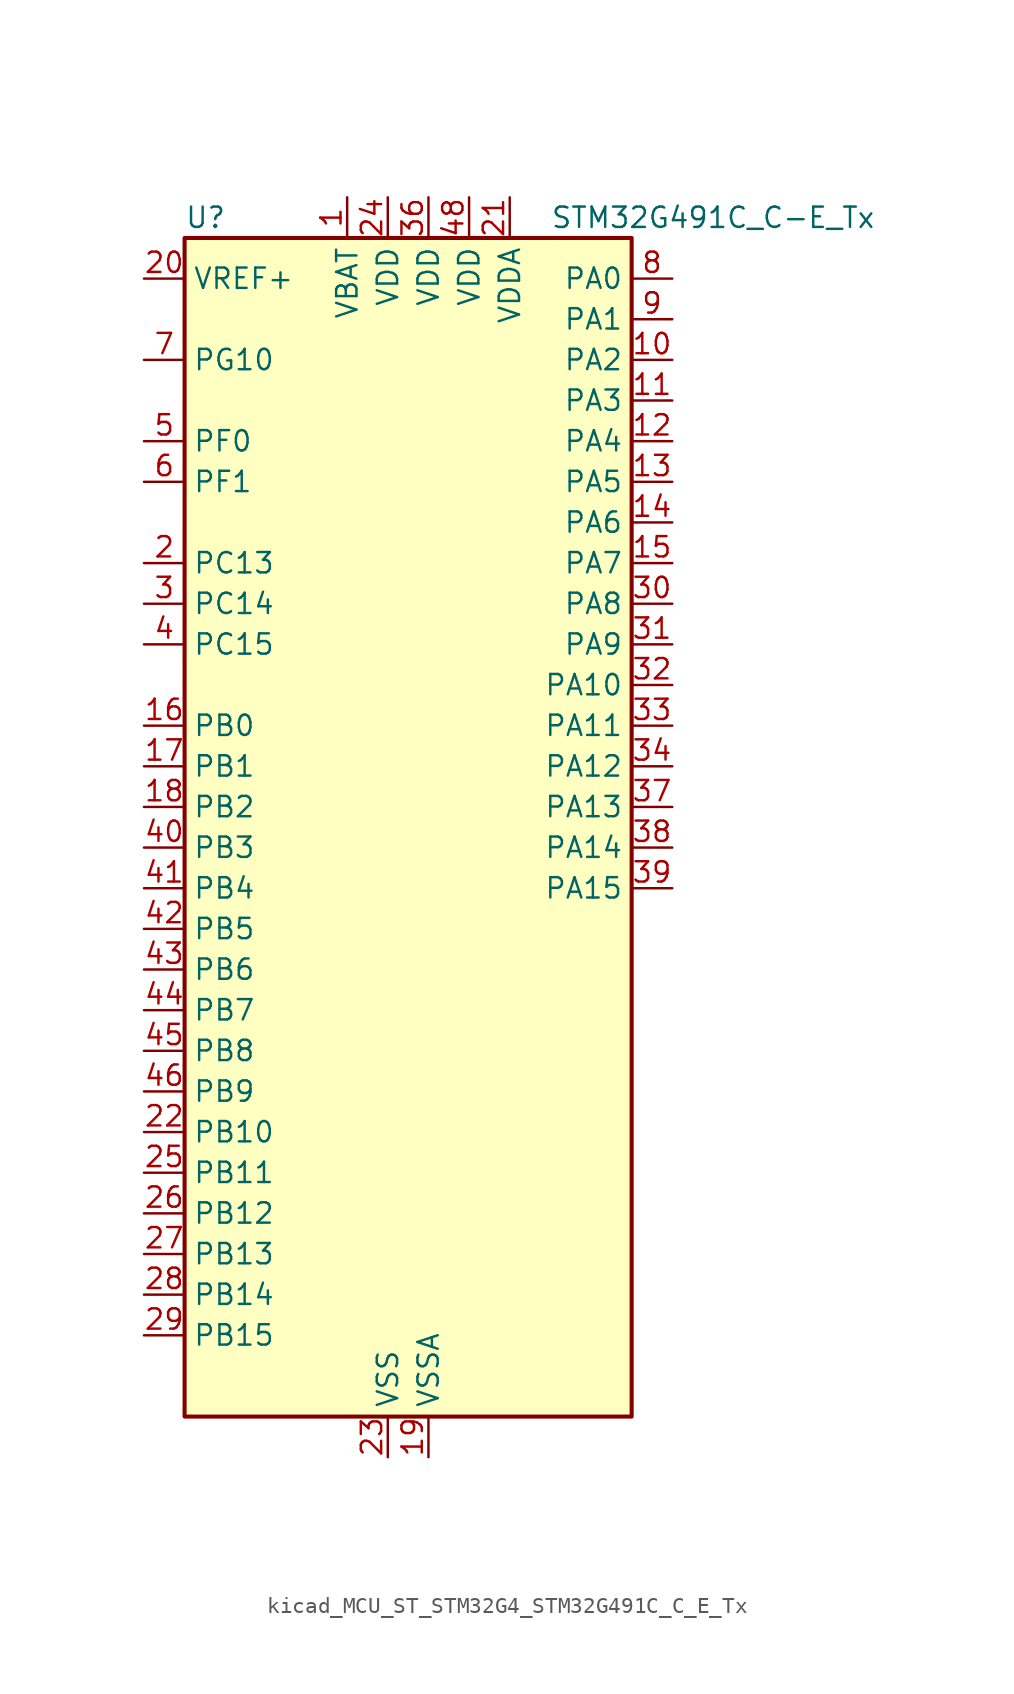
<source format=kicad_sym>
(kicad_symbol_lib
  (version 20220914)
  (generator kicad_symbol_editor)
  (symbol "kicad_MCU_ST_STM32G4_STM32G491C_C_E_Tx"
    (property "Reference" "U"
      (at -12.7 39.37 0)
      (effects (font (size 1.27 1.27)) (justify left)))
    (property "Value" "STM32G491C_C-E_Tx"
      (at 10.16 39.37 0)
      (effects (font (size 1.27 1.27)) (justify left)))
    (property "ki_locked" ""
      (at 0 0 0)
      (effects (font (size 1.27 1.27))))
    (symbol "kicad_MCU_ST_STM32G4_STM32G491C_C_E_Tx_0_1"
      (rectangle (start -12.7 -35.56) (end 15.24 38.1) (stroke (width 0.254) (type default)) (fill (type background))))
    (symbol "kicad_MCU_ST_STM32G4_STM32G491C_C_E_Tx_1_1"
      (pin power_in line (at -2.54 40.64 270) (length 2.54) (name "VBAT" (effects (font (size 1.27 1.27)))) (number "1" (effects (font (size 1.27 1.27)))))
      (pin bidirectional line (at 17.78 30.48 180) (length 2.54) (name "PA2" (effects (font (size 1.27 1.27)))) (number "10" (effects (font (size 1.27 1.27)))) (alternate "ADC1_IN3" bidirectional line) (alternate "ADC3_EXTI2" bidirectional line) (alternate "COMP2_INM" bidirectional line) (alternate "COMP2_OUT" bidirectional line) (alternate "LPUART1_TX" bidirectional line) (alternate "OPAMP1_VOUT" bidirectional line) (alternate "QUADSPI1_BK1_NCS" bidirectional line) (alternate "RCC_LSCO" bidirectional line) (alternate "SYS_WKUP4" bidirectional line) (alternate "TIM15_CH1" bidirectional line) (alternate "TIM2_CH3" bidirectional line) (alternate "UCPD1_FRSTX1" bidirectional line) (alternate "UCPD1_FRSTX2" bidirectional line) (alternate "USART2_TX" bidirectional line))
      (pin bidirectional line (at 17.78 27.94 180) (length 2.54) (name "PA3" (effects (font (size 1.27 1.27)))) (number "11" (effects (font (size 1.27 1.27)))) (alternate "ADC1_IN4" bidirectional line) (alternate "ADC3_EXTI3" bidirectional line) (alternate "COMP2_INP" bidirectional line) (alternate "LPUART1_RX" bidirectional line) (alternate "OPAMP1_VINM" bidirectional line) (alternate "OPAMP1_VINM0" bidirectional line) (alternate "OPAMP1_VINM_SEC" bidirectional line) (alternate "OPAMP1_VINP" bidirectional line) (alternate "OPAMP1_VINP_SEC" bidirectional line) (alternate "QUADSPI1_CLK" bidirectional line) (alternate "SAI1_CK1" bidirectional line) (alternate "SAI1_MCLK_A" bidirectional line) (alternate "TIM15_CH2" bidirectional line) (alternate "TIM2_CH4" bidirectional line) (alternate "USART2_RX" bidirectional line))
      (pin bidirectional line (at 17.78 25.4 180) (length 2.54) (name "PA4" (effects (font (size 1.27 1.27)))) (number "12" (effects (font (size 1.27 1.27)))) (alternate "ADC2_IN17" bidirectional line) (alternate "COMP1_INM" bidirectional line) (alternate "DAC1_OUT1" bidirectional line) (alternate "I2S3_WS" bidirectional line) (alternate "SAI1_FS_B" bidirectional line) (alternate "SPI1_NSS" bidirectional line) (alternate "SPI3_NSS" bidirectional line) (alternate "TIM3_CH2" bidirectional line) (alternate "USART2_CK" bidirectional line))
      (pin bidirectional line (at 17.78 22.86 180) (length 2.54) (name "PA5" (effects (font (size 1.27 1.27)))) (number "13" (effects (font (size 1.27 1.27)))) (alternate "ADC2_IN13" bidirectional line) (alternate "COMP2_INM" bidirectional line) (alternate "DAC1_OUT2" bidirectional line) (alternate "OPAMP2_VINM" bidirectional line) (alternate "OPAMP2_VINM0" bidirectional line) (alternate "OPAMP2_VINM_SEC" bidirectional line) (alternate "SPI1_SCK" bidirectional line) (alternate "TIM2_CH1" bidirectional line) (alternate "TIM2_ETR" bidirectional line) (alternate "UCPD1_FRSTX1" bidirectional line) (alternate "UCPD1_FRSTX2" bidirectional line))
      (pin bidirectional line (at 17.78 20.32 180) (length 2.54) (name "PA6" (effects (font (size 1.27 1.27)))) (number "14" (effects (font (size 1.27 1.27)))) (alternate "ADC2_IN3" bidirectional line) (alternate "COMP1_OUT" bidirectional line) (alternate "LPUART1_CTS" bidirectional line) (alternate "OPAMP2_VOUT" bidirectional line) (alternate "QUADSPI1_BK1_IO3" bidirectional line) (alternate "SPI1_MISO" bidirectional line) (alternate "TIM16_CH1" bidirectional line) (alternate "TIM1_BKIN" bidirectional line) (alternate "TIM3_CH1" bidirectional line) (alternate "TIM8_BKIN" bidirectional line))
      (pin bidirectional line (at 17.78 17.78 180) (length 2.54) (name "PA7" (effects (font (size 1.27 1.27)))) (number "15" (effects (font (size 1.27 1.27)))) (alternate "ADC2_IN4" bidirectional line) (alternate "COMP2_INP" bidirectional line) (alternate "COMP2_OUT" bidirectional line) (alternate "OPAMP1_VINP" bidirectional line) (alternate "OPAMP1_VINP_SEC" bidirectional line) (alternate "OPAMP2_VINP" bidirectional line) (alternate "OPAMP2_VINP_SEC" bidirectional line) (alternate "QUADSPI1_BK1_IO2" bidirectional line) (alternate "SPI1_MOSI" bidirectional line) (alternate "TIM17_CH1" bidirectional line) (alternate "TIM1_CH1N" bidirectional line) (alternate "TIM3_CH2" bidirectional line) (alternate "TIM8_CH1N" bidirectional line) (alternate "UCPD1_FRSTX1" bidirectional line) (alternate "UCPD1_FRSTX2" bidirectional line))
      (pin bidirectional line (at -15.24 7.62 0) (length 2.54) (name "PB0" (effects (font (size 1.27 1.27)))) (number "16" (effects (font (size 1.27 1.27)))) (alternate "ADC1_IN15" bidirectional line) (alternate "ADC3_IN12" bidirectional line) (alternate "COMP4_INP" bidirectional line) (alternate "OPAMP2_VINP" bidirectional line) (alternate "OPAMP2_VINP_SEC" bidirectional line) (alternate "OPAMP3_VINP" bidirectional line) (alternate "OPAMP3_VINP_SEC" bidirectional line) (alternate "QUADSPI1_BK1_IO1" bidirectional line) (alternate "TIM1_CH2N" bidirectional line) (alternate "TIM3_CH3" bidirectional line) (alternate "TIM8_CH2N" bidirectional line) (alternate "UCPD1_FRSTX1" bidirectional line) (alternate "UCPD1_FRSTX2" bidirectional line))
      (pin bidirectional line (at -15.24 5.08 0) (length 2.54) (name "PB1" (effects (font (size 1.27 1.27)))) (number "17" (effects (font (size 1.27 1.27)))) (alternate "ADC1_IN12" bidirectional line) (alternate "ADC3_IN1" bidirectional line) (alternate "COMP1_INP" bidirectional line) (alternate "COMP4_OUT" bidirectional line) (alternate "LPUART1_DE" bidirectional line) (alternate "LPUART1_RTS" bidirectional line) (alternate "OPAMP3_VOUT" bidirectional line) (alternate "OPAMP6_VINM" bidirectional line) (alternate "OPAMP6_VINM1" bidirectional line) (alternate "OPAMP6_VINM_SEC" bidirectional line) (alternate "QUADSPI1_BK1_IO0" bidirectional line) (alternate "TIM1_CH3N" bidirectional line) (alternate "TIM3_CH4" bidirectional line) (alternate "TIM8_CH3N" bidirectional line))
      (pin bidirectional line (at -15.24 2.54 0) (length 2.54) (name "PB2" (effects (font (size 1.27 1.27)))) (number "18" (effects (font (size 1.27 1.27)))) (alternate "ADC2_IN12" bidirectional line) (alternate "ADC3_EXTI2" bidirectional line) (alternate "COMP4_INM" bidirectional line) (alternate "I2C3_SMBA" bidirectional line) (alternate "LPTIM1_OUT" bidirectional line) (alternate "OPAMP3_VINM" bidirectional line) (alternate "OPAMP3_VINM0" bidirectional line) (alternate "OPAMP3_VINM_SEC" bidirectional line) (alternate "QUADSPI1_BK2_IO1" bidirectional line) (alternate "RTC_OUT2" bidirectional line) (alternate "TIM20_CH1" bidirectional line))
      (pin power_in line (at 2.54 -38.1 90) (length 2.54) (name "VSSA" (effects (font (size 1.27 1.27)))) (number "19" (effects (font (size 1.27 1.27)))))
      (pin bidirectional line (at -15.24 17.78 0) (length 2.54) (name "PC13" (effects (font (size 1.27 1.27)))) (number "2" (effects (font (size 1.27 1.27)))) (alternate "RTC_OUT1" bidirectional line) (alternate "RTC_TAMP1" bidirectional line) (alternate "RTC_TS" bidirectional line) (alternate "SYS_WKUP2" bidirectional line) (alternate "TIM1_BKIN" bidirectional line) (alternate "TIM1_CH1N" bidirectional line) (alternate "TIM8_CH4N" bidirectional line))
      (pin input line (at -15.24 35.56 0) (length 2.54) (name "VREF+" (effects (font (size 1.27 1.27)))) (number "20" (effects (font (size 1.27 1.27)))) (alternate "VREFBUF_OUT" bidirectional line))
      (pin power_in line (at 7.62 40.64 270) (length 2.54) (name "VDDA" (effects (font (size 1.27 1.27)))) (number "21" (effects (font (size 1.27 1.27)))))
      (pin bidirectional line (at -15.24 -17.78 0) (length 2.54) (name "PB10" (effects (font (size 1.27 1.27)))) (number "22" (effects (font (size 1.27 1.27)))) (alternate "DAC1_EXTI10" bidirectional line) (alternate "DAC3_EXTI10" bidirectional line) (alternate "LPUART1_RX" bidirectional line) (alternate "OPAMP3_VINM" bidirectional line) (alternate "OPAMP3_VINM1" bidirectional line) (alternate "OPAMP3_VINM_SEC" bidirectional line) (alternate "QUADSPI1_CLK" bidirectional line) (alternate "SAI1_SCK_A" bidirectional line) (alternate "TIM1_BKIN" bidirectional line) (alternate "TIM2_CH3" bidirectional line) (alternate "USART3_TX" bidirectional line))
      (pin power_in line (at 0 -38.1 90) (length 2.54) (name "VSS" (effects (font (size 1.27 1.27)))) (number "23" (effects (font (size 1.27 1.27)))))
      (pin power_in line (at 0 40.64 270) (length 2.54) (name "VDD" (effects (font (size 1.27 1.27)))) (number "24" (effects (font (size 1.27 1.27)))))
      (pin bidirectional line (at -15.24 -20.32 0) (length 2.54) (name "PB11" (effects (font (size 1.27 1.27)))) (number "25" (effects (font (size 1.27 1.27)))) (alternate "ADC1_EXTI11" bidirectional line) (alternate "ADC1_IN14" bidirectional line) (alternate "ADC2_EXTI11" bidirectional line) (alternate "ADC2_IN14" bidirectional line) (alternate "LPUART1_TX" bidirectional line) (alternate "OPAMP6_VOUT" bidirectional line) (alternate "QUADSPI1_BK1_NCS" bidirectional line) (alternate "TIM2_CH4" bidirectional line) (alternate "USART3_RX" bidirectional line))
      (pin bidirectional line (at -15.24 -22.86 0) (length 2.54) (name "PB12" (effects (font (size 1.27 1.27)))) (number "26" (effects (font (size 1.27 1.27)))) (alternate "ADC1_IN11" bidirectional line) (alternate "FDCAN2_RX" bidirectional line) (alternate "I2C2_SMBA" bidirectional line) (alternate "I2S2_WS" bidirectional line) (alternate "LPUART1_DE" bidirectional line) (alternate "LPUART1_RTS" bidirectional line) (alternate "OPAMP6_VINP" bidirectional line) (alternate "OPAMP6_VINP_SEC" bidirectional line) (alternate "SPI2_NSS" bidirectional line) (alternate "TIM1_BKIN" bidirectional line) (alternate "USART3_CK" bidirectional line))
      (pin bidirectional line (at -15.24 -25.4 0) (length 2.54) (name "PB13" (effects (font (size 1.27 1.27)))) (number "27" (effects (font (size 1.27 1.27)))) (alternate "ADC3_IN5" bidirectional line) (alternate "FDCAN2_TX" bidirectional line) (alternate "I2S2_CK" bidirectional line) (alternate "LPUART1_CTS" bidirectional line) (alternate "OPAMP3_VINP" bidirectional line) (alternate "OPAMP3_VINP_SEC" bidirectional line) (alternate "OPAMP6_VINP" bidirectional line) (alternate "OPAMP6_VINP_SEC" bidirectional line) (alternate "SPI2_SCK" bidirectional line) (alternate "TIM1_CH1N" bidirectional line) (alternate "USART3_CTS" bidirectional line) (alternate "USART3_NSS" bidirectional line))
      (pin bidirectional line (at -15.24 -27.94 0) (length 2.54) (name "PB14" (effects (font (size 1.27 1.27)))) (number "28" (effects (font (size 1.27 1.27)))) (alternate "ADC1_IN5" bidirectional line) (alternate "COMP4_OUT" bidirectional line) (alternate "OPAMP2_VINP" bidirectional line) (alternate "OPAMP2_VINP_SEC" bidirectional line) (alternate "SPI2_MISO" bidirectional line) (alternate "TIM15_CH1" bidirectional line) (alternate "TIM1_CH2N" bidirectional line) (alternate "USART3_DE" bidirectional line) (alternate "USART3_RTS" bidirectional line))
      (pin bidirectional line (at -15.24 -30.48 0) (length 2.54) (name "PB15" (effects (font (size 1.27 1.27)))) (number "29" (effects (font (size 1.27 1.27)))) (alternate "ADC1_EXTI15" bidirectional line) (alternate "ADC2_EXTI15" bidirectional line) (alternate "ADC2_IN15" bidirectional line) (alternate "COMP3_OUT" bidirectional line) (alternate "I2S2_SD" bidirectional line) (alternate "RTC_REFIN" bidirectional line) (alternate "SPI2_MOSI" bidirectional line) (alternate "TIM15_CH1N" bidirectional line) (alternate "TIM15_CH2" bidirectional line) (alternate "TIM1_CH3N" bidirectional line))
      (pin bidirectional line (at -15.24 15.24 0) (length 2.54) (name "PC14" (effects (font (size 1.27 1.27)))) (number "3" (effects (font (size 1.27 1.27)))) (alternate "RCC_OSC32_IN" bidirectional line))
      (pin bidirectional line (at 17.78 15.24 180) (length 2.54) (name "PA8" (effects (font (size 1.27 1.27)))) (number "30" (effects (font (size 1.27 1.27)))) (alternate "I2C2_SDA" bidirectional line) (alternate "I2C3_SCL" bidirectional line) (alternate "I2S2_MCK" bidirectional line) (alternate "RCC_MCO" bidirectional line) (alternate "SAI1_CK2" bidirectional line) (alternate "SAI1_SCK_A" bidirectional line) (alternate "TIM1_CH1" bidirectional line) (alternate "TIM4_ETR" bidirectional line) (alternate "USART1_CK" bidirectional line))
      (pin bidirectional line (at 17.78 12.7 180) (length 2.54) (name "PA9" (effects (font (size 1.27 1.27)))) (number "31" (effects (font (size 1.27 1.27)))) (alternate "DAC1_EXTI9" bidirectional line) (alternate "DAC3_EXTI9" bidirectional line) (alternate "I2C2_SCL" bidirectional line) (alternate "I2C3_SMBA" bidirectional line) (alternate "I2S3_MCK" bidirectional line) (alternate "SAI1_FS_A" bidirectional line) (alternate "TIM15_BKIN" bidirectional line) (alternate "TIM1_CH2" bidirectional line) (alternate "TIM2_CH3" bidirectional line) (alternate "UCPD1_DBCC1" bidirectional line) (alternate "USART1_TX" bidirectional line))
      (pin bidirectional line (at 17.78 10.16 180) (length 2.54) (name "PA10" (effects (font (size 1.27 1.27)))) (number "32" (effects (font (size 1.27 1.27)))) (alternate "CRS_SYNC" bidirectional line) (alternate "DAC1_EXTI10" bidirectional line) (alternate "DAC3_EXTI10" bidirectional line) (alternate "I2C2_SMBA" bidirectional line) (alternate "SAI1_D1" bidirectional line) (alternate "SAI1_SD_A" bidirectional line) (alternate "SPI2_MISO" bidirectional line) (alternate "TIM17_BKIN" bidirectional line) (alternate "TIM1_CH3" bidirectional line) (alternate "TIM2_CH4" bidirectional line) (alternate "TIM8_BKIN" bidirectional line) (alternate "UCPD1_DBCC2" bidirectional line) (alternate "USART1_RX" bidirectional line))
      (pin bidirectional line (at 17.78 7.62 180) (length 2.54) (name "PA11" (effects (font (size 1.27 1.27)))) (number "33" (effects (font (size 1.27 1.27)))) (alternate "ADC1_EXTI11" bidirectional line) (alternate "ADC2_EXTI11" bidirectional line) (alternate "COMP1_OUT" bidirectional line) (alternate "FDCAN1_RX" bidirectional line) (alternate "I2S2_SD" bidirectional line) (alternate "SPI2_MOSI" bidirectional line) (alternate "TIM1_BKIN2" bidirectional line) (alternate "TIM1_CH1N" bidirectional line) (alternate "TIM1_CH4" bidirectional line) (alternate "TIM4_CH1" bidirectional line) (alternate "USART1_CTS" bidirectional line) (alternate "USART1_NSS" bidirectional line) (alternate "USB_DM" bidirectional line))
      (pin bidirectional line (at 17.78 5.08 180) (length 2.54) (name "PA12" (effects (font (size 1.27 1.27)))) (number "34" (effects (font (size 1.27 1.27)))) (alternate "COMP2_OUT" bidirectional line) (alternate "FDCAN1_TX" bidirectional line) (alternate "I2S_CKIN" bidirectional line) (alternate "TIM16_CH1" bidirectional line) (alternate "TIM1_CH2N" bidirectional line) (alternate "TIM1_ETR" bidirectional line) (alternate "TIM4_CH2" bidirectional line) (alternate "USART1_DE" bidirectional line) (alternate "USART1_RTS" bidirectional line) (alternate "USB_DP" bidirectional line))
      (pin passive line (at 0 -38.1 90) (length 2.54) hide (name "VSS" (effects (font (size 1.27 1.27)))) (number "35" (effects (font (size 1.27 1.27)))))
      (pin power_in line (at 2.54 40.64 270) (length 2.54) (name "VDD" (effects (font (size 1.27 1.27)))) (number "36" (effects (font (size 1.27 1.27)))))
      (pin bidirectional line (at 17.78 2.54 180) (length 2.54) (name "PA13" (effects (font (size 1.27 1.27)))) (number "37" (effects (font (size 1.27 1.27)))) (alternate "I2C1_SCL" bidirectional line) (alternate "IR_OUT" bidirectional line) (alternate "SAI1_SD_B" bidirectional line) (alternate "SYS_JTMS-SWDIO" bidirectional line) (alternate "TIM16_CH1N" bidirectional line) (alternate "TIM4_CH3" bidirectional line) (alternate "USART3_CTS" bidirectional line) (alternate "USART3_NSS" bidirectional line))
      (pin bidirectional line (at 17.78 0 180) (length 2.54) (name "PA14" (effects (font (size 1.27 1.27)))) (number "38" (effects (font (size 1.27 1.27)))) (alternate "I2C1_SDA" bidirectional line) (alternate "LPTIM1_OUT" bidirectional line) (alternate "SAI1_FS_B" bidirectional line) (alternate "SYS_JTCK-SWCLK" bidirectional line) (alternate "TIM1_BKIN" bidirectional line) (alternate "TIM8_CH2" bidirectional line) (alternate "USART2_TX" bidirectional line))
      (pin bidirectional line (at 17.78 -2.54 180) (length 2.54) (name "PA15" (effects (font (size 1.27 1.27)))) (number "39" (effects (font (size 1.27 1.27)))) (alternate "ADC1_EXTI15" bidirectional line) (alternate "ADC2_EXTI15" bidirectional line) (alternate "I2C1_SCL" bidirectional line) (alternate "I2S3_WS" bidirectional line) (alternate "SPI1_NSS" bidirectional line) (alternate "SPI3_NSS" bidirectional line) (alternate "SYS_JTDI" bidirectional line) (alternate "TIM1_BKIN" bidirectional line) (alternate "TIM20_ETR" bidirectional line) (alternate "TIM2_CH1" bidirectional line) (alternate "TIM2_ETR" bidirectional line) (alternate "TIM8_CH1" bidirectional line) (alternate "USART2_RX" bidirectional line))
      (pin bidirectional line (at -15.24 12.7 0) (length 2.54) (name "PC15" (effects (font (size 1.27 1.27)))) (number "4" (effects (font (size 1.27 1.27)))) (alternate "ADC1_EXTI15" bidirectional line) (alternate "ADC2_EXTI15" bidirectional line) (alternate "RCC_OSC32_OUT" bidirectional line))
      (pin bidirectional line (at -15.24 0 0) (length 2.54) (name "PB3" (effects (font (size 1.27 1.27)))) (number "40" (effects (font (size 1.27 1.27)))) (alternate "ADC3_EXTI3" bidirectional line) (alternate "CRS_SYNC" bidirectional line) (alternate "I2S3_CK" bidirectional line) (alternate "SAI1_SCK_B" bidirectional line) (alternate "SPI1_SCK" bidirectional line) (alternate "SPI3_SCK" bidirectional line) (alternate "SYS_JTDO-SWO" bidirectional line) (alternate "TIM2_CH2" bidirectional line) (alternate "TIM3_ETR" bidirectional line) (alternate "TIM4_ETR" bidirectional line) (alternate "TIM8_CH1N" bidirectional line) (alternate "USART2_TX" bidirectional line))
      (pin bidirectional line (at -15.24 -2.54 0) (length 2.54) (name "PB4" (effects (font (size 1.27 1.27)))) (number "41" (effects (font (size 1.27 1.27)))) (alternate "SAI1_MCLK_B" bidirectional line) (alternate "SPI1_MISO" bidirectional line) (alternate "SPI3_MISO" bidirectional line) (alternate "SYS_JTRST" bidirectional line) (alternate "TIM16_CH1" bidirectional line) (alternate "TIM17_BKIN" bidirectional line) (alternate "TIM3_CH1" bidirectional line) (alternate "TIM8_CH2N" bidirectional line) (alternate "UCPD1_CC2" bidirectional line) (alternate "USART2_RX" bidirectional line))
      (pin bidirectional line (at -15.24 -5.08 0) (length 2.54) (name "PB5" (effects (font (size 1.27 1.27)))) (number "42" (effects (font (size 1.27 1.27)))) (alternate "FDCAN2_RX" bidirectional line) (alternate "I2C1_SMBA" bidirectional line) (alternate "I2C3_SDA" bidirectional line) (alternate "I2S3_SD" bidirectional line) (alternate "LPTIM1_IN1" bidirectional line) (alternate "SAI1_SD_B" bidirectional line) (alternate "SPI1_MOSI" bidirectional line) (alternate "SPI3_MOSI" bidirectional line) (alternate "TIM16_BKIN" bidirectional line) (alternate "TIM17_CH1" bidirectional line) (alternate "TIM3_CH2" bidirectional line) (alternate "TIM8_CH3N" bidirectional line) (alternate "USART2_CK" bidirectional line))
      (pin bidirectional line (at -15.24 -7.62 0) (length 2.54) (name "PB6" (effects (font (size 1.27 1.27)))) (number "43" (effects (font (size 1.27 1.27)))) (alternate "COMP4_OUT" bidirectional line) (alternate "FDCAN2_TX" bidirectional line) (alternate "LPTIM1_ETR" bidirectional line) (alternate "SAI1_FS_B" bidirectional line) (alternate "TIM16_CH1N" bidirectional line) (alternate "TIM4_CH1" bidirectional line) (alternate "TIM8_BKIN2" bidirectional line) (alternate "TIM8_CH1" bidirectional line) (alternate "TIM8_ETR" bidirectional line) (alternate "UCPD1_CC1" bidirectional line) (alternate "USART1_TX" bidirectional line))
      (pin bidirectional line (at -15.24 -10.16 0) (length 2.54) (name "PB7" (effects (font (size 1.27 1.27)))) (number "44" (effects (font (size 1.27 1.27)))) (alternate "COMP3_OUT" bidirectional line) (alternate "I2C1_SDA" bidirectional line) (alternate "LPTIM1_IN2" bidirectional line) (alternate "SYS_PVD_IN" bidirectional line) (alternate "TIM17_CH1N" bidirectional line) (alternate "TIM3_CH4" bidirectional line) (alternate "TIM4_CH2" bidirectional line) (alternate "TIM8_BKIN" bidirectional line) (alternate "USART1_RX" bidirectional line))
      (pin bidirectional line (at -15.24 -12.7 0) (length 2.54) (name "PB8" (effects (font (size 1.27 1.27)))) (number "45" (effects (font (size 1.27 1.27)))) (alternate "COMP1_OUT" bidirectional line) (alternate "FDCAN1_RX" bidirectional line) (alternate "I2C1_SCL" bidirectional line) (alternate "SAI1_CK1" bidirectional line) (alternate "SAI1_MCLK_A" bidirectional line) (alternate "TIM16_CH1" bidirectional line) (alternate "TIM1_BKIN" bidirectional line) (alternate "TIM4_CH3" bidirectional line) (alternate "TIM8_CH2" bidirectional line) (alternate "USART3_RX" bidirectional line))
      (pin bidirectional line (at -15.24 -15.24 0) (length 2.54) (name "PB9" (effects (font (size 1.27 1.27)))) (number "46" (effects (font (size 1.27 1.27)))) (alternate "COMP2_OUT" bidirectional line) (alternate "DAC1_EXTI9" bidirectional line) (alternate "DAC3_EXTI9" bidirectional line) (alternate "FDCAN1_TX" bidirectional line) (alternate "I2C1_SDA" bidirectional line) (alternate "IR_OUT" bidirectional line) (alternate "SAI1_D2" bidirectional line) (alternate "SAI1_FS_A" bidirectional line) (alternate "TIM17_CH1" bidirectional line) (alternate "TIM1_CH3N" bidirectional line) (alternate "TIM4_CH4" bidirectional line) (alternate "TIM8_CH3" bidirectional line) (alternate "USART3_TX" bidirectional line))
      (pin passive line (at 0 -38.1 90) (length 2.54) hide (name "VSS" (effects (font (size 1.27 1.27)))) (number "47" (effects (font (size 1.27 1.27)))))
      (pin power_in line (at 5.08 40.64 270) (length 2.54) (name "VDD" (effects (font (size 1.27 1.27)))) (number "48" (effects (font (size 1.27 1.27)))))
      (pin bidirectional line (at -15.24 25.4 0) (length 2.54) (name "PF0" (effects (font (size 1.27 1.27)))) (number "5" (effects (font (size 1.27 1.27)))) (alternate "ADC1_IN10" bidirectional line) (alternate "I2C2_SDA" bidirectional line) (alternate "I2S2_WS" bidirectional line) (alternate "RCC_OSC_IN" bidirectional line) (alternate "SPI2_NSS" bidirectional line) (alternate "TIM1_CH3N" bidirectional line))
      (pin bidirectional line (at -15.24 22.86 0) (length 2.54) (name "PF1" (effects (font (size 1.27 1.27)))) (number "6" (effects (font (size 1.27 1.27)))) (alternate "ADC2_IN10" bidirectional line) (alternate "COMP3_INM" bidirectional line) (alternate "I2S2_CK" bidirectional line) (alternate "RCC_OSC_OUT" bidirectional line) (alternate "SPI2_SCK" bidirectional line))
      (pin bidirectional line (at -15.24 30.48 0) (length 2.54) (name "PG10" (effects (font (size 1.27 1.27)))) (number "7" (effects (font (size 1.27 1.27)))) (alternate "DAC1_EXTI10" bidirectional line) (alternate "DAC3_EXTI10" bidirectional line) (alternate "RCC_MCO" bidirectional line))
      (pin bidirectional line (at 17.78 35.56 180) (length 2.54) (name "PA0" (effects (font (size 1.27 1.27)))) (number "8" (effects (font (size 1.27 1.27)))) (alternate "ADC1_IN1" bidirectional line) (alternate "ADC2_IN1" bidirectional line) (alternate "COMP1_INM" bidirectional line) (alternate "COMP1_OUT" bidirectional line) (alternate "COMP3_INP" bidirectional line) (alternate "RTC_TAMP2" bidirectional line) (alternate "SYS_WKUP1" bidirectional line) (alternate "TIM2_CH1" bidirectional line) (alternate "TIM2_ETR" bidirectional line) (alternate "TIM8_BKIN" bidirectional line) (alternate "TIM8_ETR" bidirectional line) (alternate "USART2_CTS" bidirectional line) (alternate "USART2_NSS" bidirectional line))
      (pin bidirectional line (at 17.78 33.02 180) (length 2.54) (name "PA1" (effects (font (size 1.27 1.27)))) (number "9" (effects (font (size 1.27 1.27)))) (alternate "ADC1_IN2" bidirectional line) (alternate "ADC2_IN2" bidirectional line) (alternate "COMP1_INP" bidirectional line) (alternate "OPAMP1_VINP" bidirectional line) (alternate "OPAMP1_VINP_SEC" bidirectional line) (alternate "OPAMP3_VINP" bidirectional line) (alternate "OPAMP3_VINP_SEC" bidirectional line) (alternate "OPAMP6_VINM" bidirectional line) (alternate "OPAMP6_VINM0" bidirectional line) (alternate "OPAMP6_VINM_SEC" bidirectional line) (alternate "RTC_REFIN" bidirectional line) (alternate "TIM15_CH1N" bidirectional line) (alternate "TIM2_CH2" bidirectional line) (alternate "USART2_DE" bidirectional line) (alternate "USART2_RTS" bidirectional line)))))
</source>
